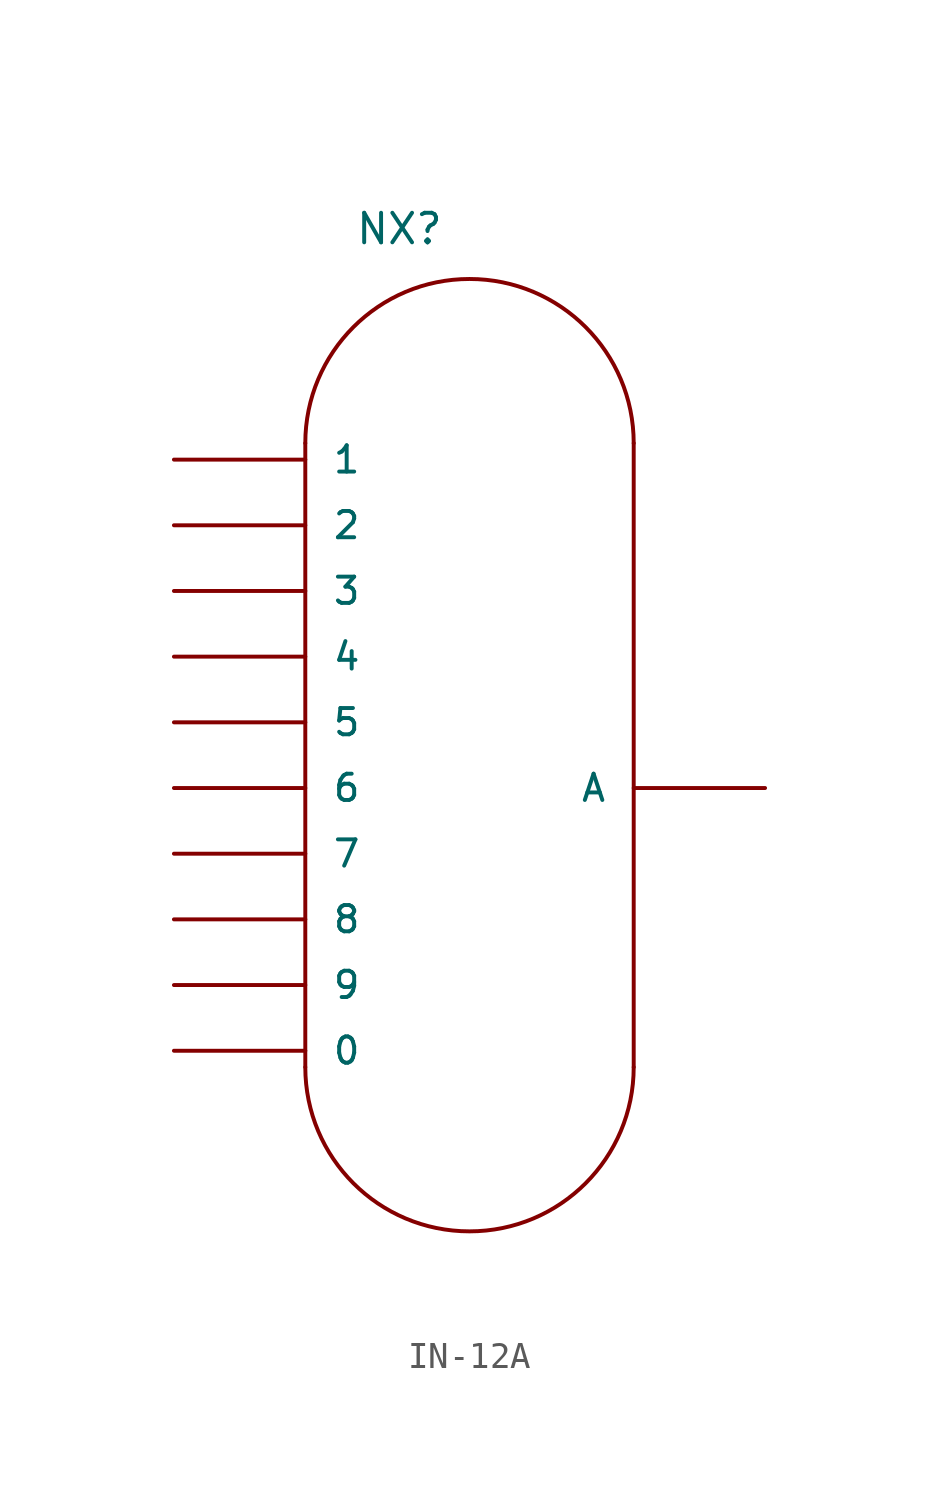
<source format=kicad_sym>
(kicad_symbol_lib
  (version 20231120)
  (generator "kicad_symbol_editor")
  (generator_version "8.0")
  (symbol "IN-12A"
    (pin_numbers hide)
    (pin_names
      (offset 1.016))
    (property "Reference" "NX"
      (at -5.715 20.955 0)
      (effects (font (size 1.143 1.143)) (justify left bottom)))
    (property "ki_locked" ""
      (at 0 0 0)
      (effects (font (size 1.27 1.27))))
    (symbol "IN-12A_1_0"
      (polyline (pts (xy -7.62 -10.795) (xy -7.62 13.335)) (stroke (width 0) (type solid)) (fill (type none)))
      (polyline (pts (xy 5.08 -10.795) (xy 5.08 13.335)) (stroke (width 0) (type solid)) (fill (type none))))
    (symbol "IN-12A_1_1"
      (arc (start -7.62 -10.795) (mid -1.27 -17.145) (end 5.08 -10.795) (stroke (width 0) (type solid)) (fill (type none)))
      (arc (start 5.08 13.335) (mid -1.27 19.685) (end -7.62 13.335) (stroke (width 0) (type solid)) (fill (type none)))
      (pin bidirectional line (at -12.7 -10.16 0) (length 5.08) (name "0" (effects (font (size 1.016 1.016)))) (number "0" (effects (font (size 1.016 1.016)))))
      (pin bidirectional line (at -12.7 12.7 0) (length 5.08) (name "1" (effects (font (size 1.016 1.016)))) (number "1" (effects (font (size 1.016 1.016)))))
      (pin bidirectional line (at -12.7 10.16 0) (length 5.08) (name "2" (effects (font (size 1.016 1.016)))) (number "2" (effects (font (size 1.016 1.016)))))
      (pin bidirectional line (at -12.7 7.62 0) (length 5.08) (name "3" (effects (font (size 1.016 1.016)))) (number "3" (effects (font (size 1.016 1.016)))))
      (pin bidirectional line (at -12.7 5.08 0) (length 5.08) (name "4" (effects (font (size 1.016 1.016)))) (number "4" (effects (font (size 1.016 1.016)))))
      (pin bidirectional line (at -12.7 2.54 0) (length 5.08) (name "5" (effects (font (size 1.016 1.016)))) (number "5" (effects (font (size 1.016 1.016)))))
      (pin bidirectional line (at -12.7 0 0) (length 5.08) (name "6" (effects (font (size 1.016 1.016)))) (number "6" (effects (font (size 1.016 1.016)))))
      (pin bidirectional line (at -12.7 -2.54 0) (length 5.08) (name "7" (effects (font (size 1.016 1.016)))) (number "7" (effects (font (size 1.016 1.016)))))
      (pin bidirectional line (at -12.7 -5.08 0) (length 5.08) (name "8" (effects (font (size 1.016 1.016)))) (number "8" (effects (font (size 1.016 1.016)))))
      (pin bidirectional line (at -12.7 -7.62 0) (length 5.08) (name "9" (effects (font (size 1.016 1.016)))) (number "9" (effects (font (size 1.016 1.016)))))
      (pin bidirectional line (at 10.16 0 180) (length 5.08) (name "A" (effects (font (size 1.016 1.016)))) (number "A" (effects (font (size 1.016 1.016))))))))
</source>
